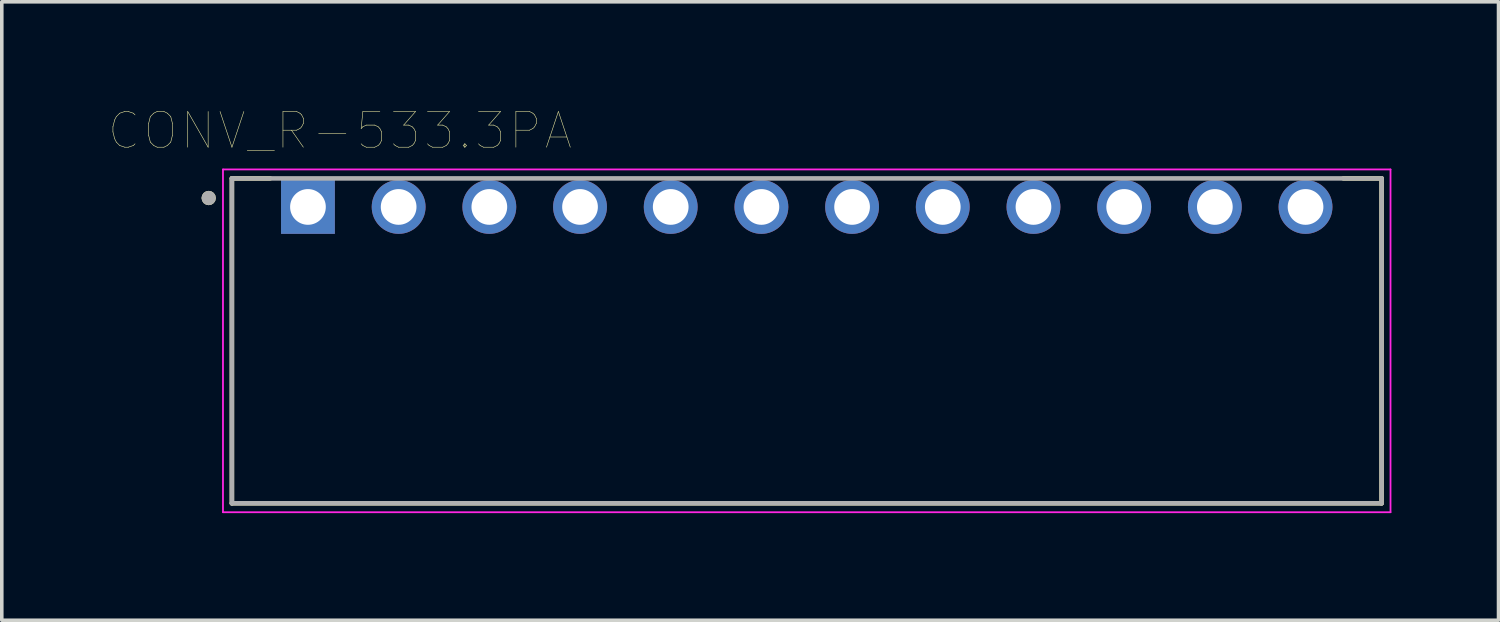
<source format=kicad_pcb>
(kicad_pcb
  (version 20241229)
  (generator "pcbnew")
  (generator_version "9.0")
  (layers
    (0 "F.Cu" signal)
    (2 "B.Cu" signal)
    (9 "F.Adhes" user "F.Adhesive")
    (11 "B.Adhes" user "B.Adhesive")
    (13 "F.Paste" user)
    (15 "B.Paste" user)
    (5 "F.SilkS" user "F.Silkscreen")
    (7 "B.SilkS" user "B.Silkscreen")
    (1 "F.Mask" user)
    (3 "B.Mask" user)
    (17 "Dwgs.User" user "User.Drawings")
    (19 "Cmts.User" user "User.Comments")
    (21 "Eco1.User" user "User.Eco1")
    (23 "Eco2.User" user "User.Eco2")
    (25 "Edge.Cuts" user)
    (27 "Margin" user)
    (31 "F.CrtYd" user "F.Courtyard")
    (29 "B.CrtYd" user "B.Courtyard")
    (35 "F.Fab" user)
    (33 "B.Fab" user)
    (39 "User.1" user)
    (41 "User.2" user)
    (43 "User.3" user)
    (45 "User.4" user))
  (footprint "CONV_R-533.3PA"
    (layer "F.Cu")
    (at 19.545 6.496)
    (property "Reference" "CONV_R-533.3PA" (at -13.075 -5.885 0) (layer "F.SilkS") (effects (font (size 1 1) (thickness 0.015))))
    (attr through_hole)
    (fp_line (start -16.1 -4.55) (end -16.1 4.55) (stroke (width 0.127) (type solid)) (layer "F.SilkS"))
    (fp_line (start -16.1 4.55) (end 16.1 4.55) (stroke (width 0.127) (type solid)) (layer "F.SilkS"))
    (fp_line (start -15.03 -4.55) (end -16.1 -4.55) (stroke (width 0.127) (type solid)) (layer "F.SilkS"))
    (fp_line (start 16.1 -4.55) (end 15.03 -4.55) (stroke (width 0.127) (type solid)) (layer "F.SilkS"))
    (fp_line (start 16.1 4.55) (end 16.1 -4.55) (stroke (width 0.127) (type solid)) (layer "F.SilkS"))
    (fp_circle (center -16.75 -4) (end -16.65 -4) (stroke (width 0.2) (type solid)) (fill no) (layer "F.SilkS"))
    (fp_line (start -16.35 -4.8) (end 16.35 -4.8) (stroke (width 0.05) (type solid)) (layer "F.CrtYd"))
    (fp_line (start -16.35 4.8) (end -16.35 -4.8) (stroke (width 0.05) (type solid)) (layer "F.CrtYd"))
    (fp_line (start 16.35 -4.8) (end 16.35 4.8) (stroke (width 0.05) (type solid)) (layer "F.CrtYd"))
    (fp_line (start 16.35 4.8) (end -16.35 4.8) (stroke (width 0.05) (type solid)) (layer "F.CrtYd"))
    (fp_line (start -16.1 -4.55) (end -16.1 4.55) (stroke (width 0.127) (type solid)) (layer "F.Fab"))
    (fp_line (start -16.1 4.55) (end 16.1 4.55) (stroke (width 0.127) (type solid)) (layer "F.Fab"))
    (fp_line (start 16.1 -4.55) (end -16.1 -4.55) (stroke (width 0.127) (type solid)) (layer "F.Fab"))
    (fp_line (start 16.1 4.55) (end 16.1 -4.55) (stroke (width 0.127) (type solid)) (layer "F.Fab"))
    (fp_circle (center -16.75 -4) (end -16.65 -4) (stroke (width 0.2) (type solid)) (fill no) (layer "F.Fab"))
    (pad "1" thru_hole rect (at -13.97 -3.75) (size 1.508 1.508) (drill 1) (layers "*.Cu" "*.Mask"))
    (pad "2" thru_hole circle (at -11.43 -3.75) (size 1.508 1.508) (drill 1) (layers "*.Cu" "*.Mask"))
    (pad "3" thru_hole circle (at -8.89 -3.75) (size 1.508 1.508) (drill 1) (layers "*.Cu" "*.Mask"))
    (pad "4" thru_hole circle (at -6.35 -3.75) (size 1.508 1.508) (drill 1) (layers "*.Cu" "*.Mask"))
    (pad "5" thru_hole circle (at -3.81 -3.75) (size 1.508 1.508) (drill 1) (layers "*.Cu" "*.Mask"))
    (pad "6" thru_hole circle (at -1.27 -3.75) (size 1.508 1.508) (drill 1) (layers "*.Cu" "*.Mask"))
    (pad "7" thru_hole circle (at 1.27 -3.75) (size 1.508 1.508) (drill 1) (layers "*.Cu" "*.Mask"))
    (pad "8" thru_hole circle (at 3.81 -3.75) (size 1.508 1.508) (drill 1) (layers "*.Cu" "*.Mask"))
    (pad "9" thru_hole circle (at 6.35 -3.75) (size 1.508 1.508) (drill 1) (layers "*.Cu" "*.Mask"))
    (pad "10" thru_hole circle (at 8.89 -3.75) (size 1.508 1.508) (drill 1) (layers "*.Cu" "*.Mask"))
    (pad "11" thru_hole circle (at 11.43 -3.75) (size 1.508 1.508) (drill 1) (layers "*.Cu" "*.Mask"))
    (pad "12" thru_hole circle (at 13.97 -3.75) (size 1.508 1.508) (drill 1) (layers "*.Cu" "*.Mask")))
  (gr_rect
    (start -3 -3)
    (end 38.92 14.321)
    (stroke (width 0.1) (type default))
    (fill no)
    (layer "Edge.Cuts")))
</source>
